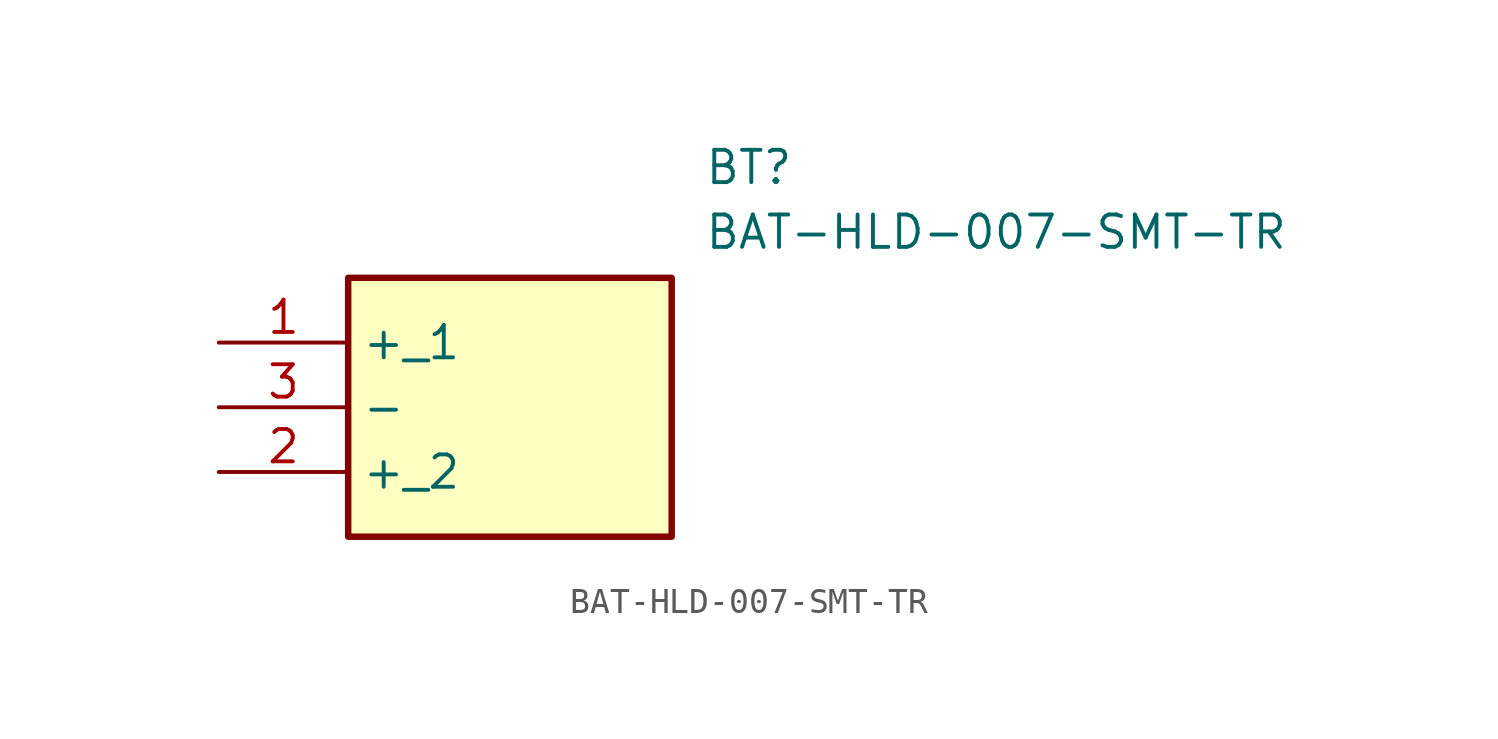
<source format=kicad_sym>
(kicad_symbol_lib
  (version 20241209)
  (generator "kicad_symbol_editor")
  (generator_version "9.0")
  (symbol "BAT-HLD-007-SMT-TR"
    (property "Reference" "BT"
      (at 19.05 7.62 0)
      (effects (font (size 1.27 1.27)) (justify left top)))
    (property "Value" "BAT-HLD-007-SMT-TR"
      (at 19.05 5.08 0)
      (effects (font (size 1.27 1.27)) (justify left top)))
    (symbol "BAT-HLD-007-SMT-TR_1_1"
      (rectangle (start 5.08 2.54) (end 17.78 -7.62) (stroke (width 0.254) (type default)) (fill (type background)))
      (pin passive line (at 0 0 0) (length 5.08) (name "+_1" (effects (font (size 1.27 1.27)))) (number "1" (effects (font (size 1.27 1.27)))))
      (pin passive line (at 0 -2.54 0) (length 5.08) (name "-" (effects (font (size 1.27 1.27)))) (number "3" (effects (font (size 1.27 1.27)))))
      (pin passive line (at 0 -5.08 0) (length 5.08) (name "+_2" (effects (font (size 1.27 1.27)))) (number "2" (effects (font (size 1.27 1.27))))))))
</source>
